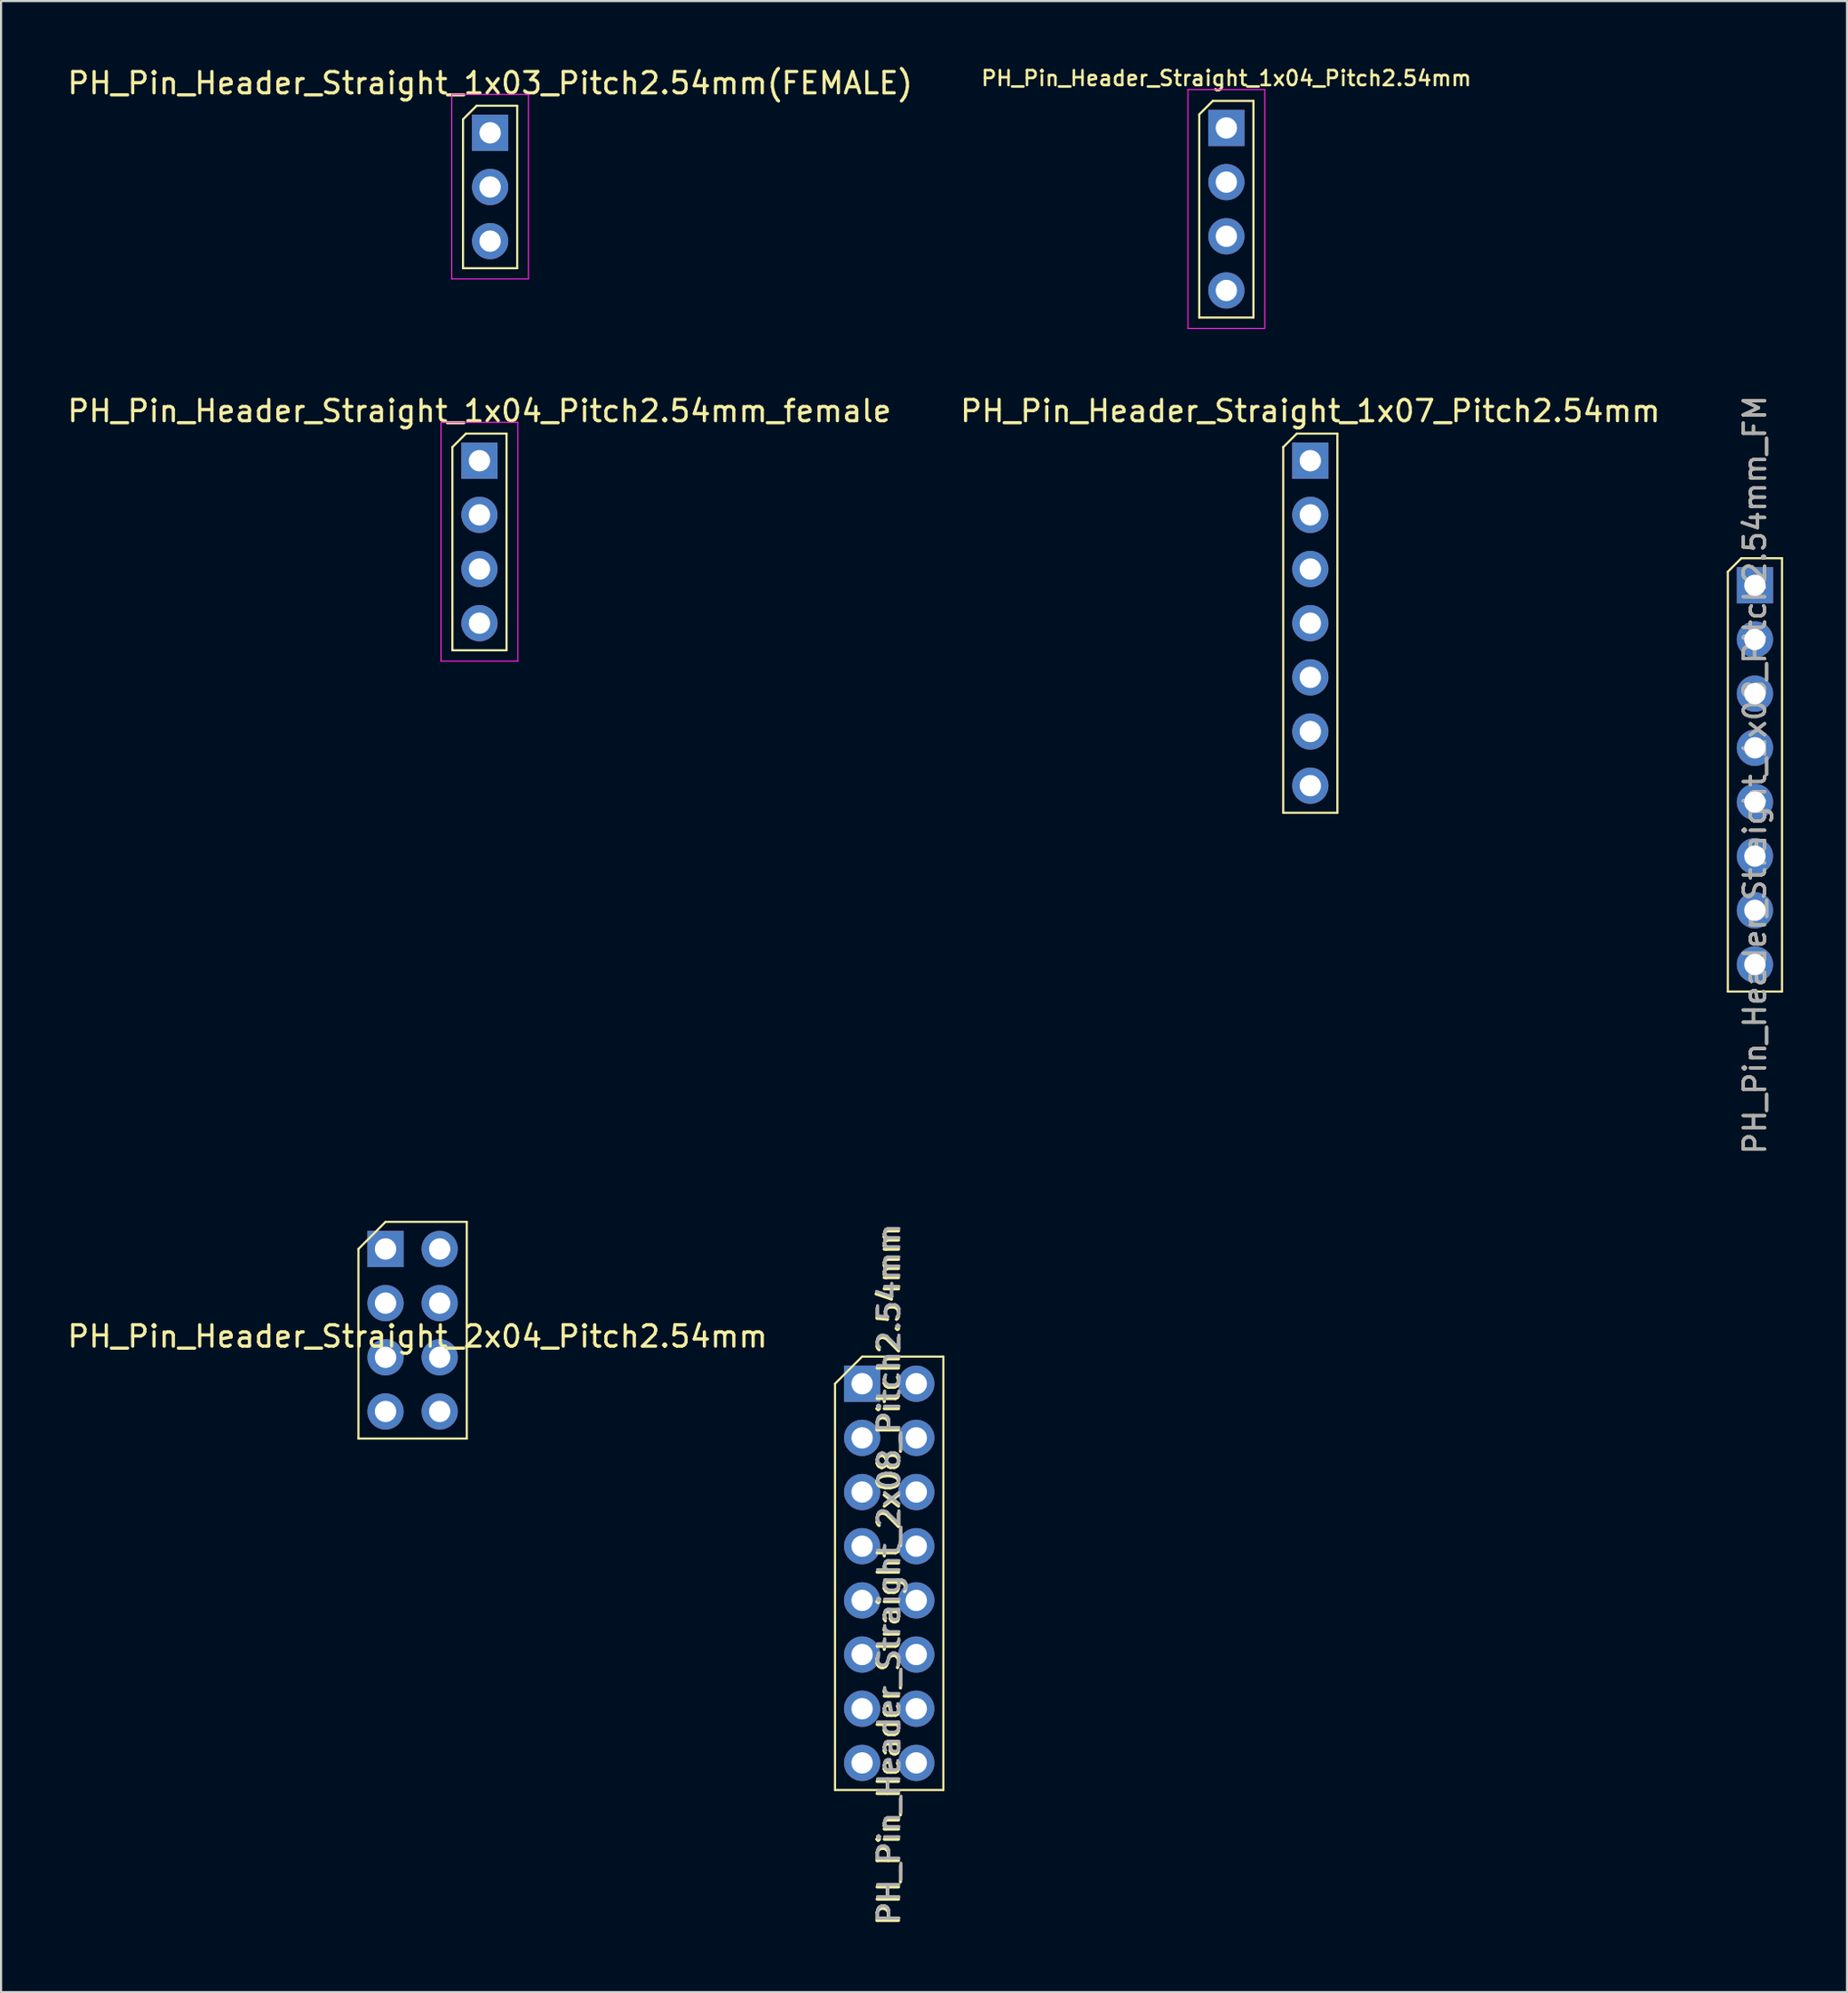
<source format=kicad_pcb>
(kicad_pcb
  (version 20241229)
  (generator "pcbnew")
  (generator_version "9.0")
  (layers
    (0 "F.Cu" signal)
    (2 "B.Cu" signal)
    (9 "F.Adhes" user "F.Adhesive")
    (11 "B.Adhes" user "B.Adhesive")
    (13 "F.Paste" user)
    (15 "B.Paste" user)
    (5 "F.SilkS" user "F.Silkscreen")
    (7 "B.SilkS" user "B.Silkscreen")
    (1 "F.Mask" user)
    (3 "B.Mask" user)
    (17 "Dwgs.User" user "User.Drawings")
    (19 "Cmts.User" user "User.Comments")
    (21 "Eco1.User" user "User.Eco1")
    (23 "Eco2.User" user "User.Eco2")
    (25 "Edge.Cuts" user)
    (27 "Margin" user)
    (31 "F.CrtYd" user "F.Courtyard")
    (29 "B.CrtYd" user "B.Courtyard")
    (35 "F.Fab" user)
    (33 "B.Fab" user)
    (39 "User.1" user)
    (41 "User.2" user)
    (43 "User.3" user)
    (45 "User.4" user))
  (footprint "PH_Pin_Header_Straight_1x08_Pitch2.54mm_FM"
    (layer "F.Cu")
    (at 79.249 24.396)
    (property "Reference" "PH_Pin_Header_Straight_1x08_Pitch2.54mm_FM" (at 0 8.89 90) (layer "F.SilkS") (effects (font (size 1 1) (thickness 0.15))))
    (attr through_hole)
    (fp_line (start -1.27 -0.635) (end -0.635 -1.27) (stroke (width 0.1) (type solid)) (layer "F.SilkS"))
    (fp_line (start -1.27 19.05) (end -1.27 -0.635) (stroke (width 0.1) (type solid)) (layer "F.SilkS"))
    (fp_line (start -0.635 -1.27) (end 1.27 -1.27) (stroke (width 0.1) (type solid)) (layer "F.SilkS"))
    (fp_line (start 1.27 -1.27) (end 1.27 19.05) (stroke (width 0.1) (type solid)) (layer "F.SilkS"))
    (fp_line (start 1.27 19.05) (end -1.27 19.05) (stroke (width 0.1) (type solid)) (layer "F.SilkS"))
    (fp_text user "${REFERENCE}" (at 0 8.89 90) (layer "F.Fab") (effects (font (size 1 1) (thickness 0.15))))
    (pad "1" thru_hole rect (at 0 0) (size 1.7 1.7) (drill 1) (layers "*.Cu" "*.Mask"))
    (pad "2" thru_hole oval (at 0 2.54) (size 1.7 1.7) (drill 1) (layers "*.Cu" "*.Mask"))
    (pad "3" thru_hole oval (at 0 5.08) (size 1.7 1.7) (drill 1) (layers "*.Cu" "*.Mask"))
    (pad "4" thru_hole oval (at 0 7.62) (size 1.7 1.7) (drill 1) (layers "*.Cu" "*.Mask"))
    (pad "5" thru_hole oval (at 0 10.16) (size 1.7 1.7) (drill 1) (layers "*.Cu" "*.Mask"))
    (pad "6" thru_hole oval (at 0 12.7) (size 1.7 1.7) (drill 1) (layers "*.Cu" "*.Mask"))
    (pad "7" thru_hole oval (at 0 15.24) (size 1.7 1.7) (drill 1) (layers "*.Cu" "*.Mask"))
    (pad "8" thru_hole oval (at 0 17.78) (size 1.7 1.7) (drill 1) (layers "*.Cu" "*.Mask")))
  (footprint "PH_Pin_Header_Straight_1x04_Pitch2.54mm"
    (layer "F.Cu")
    (at 54.462 2.95)
    (property "Reference" "PH_Pin_Header_Straight_1x04_Pitch2.54mm" (at 0 -2.33 0) (layer "F.SilkS") (effects (font (size 0.7 0.7) (thickness 0.12))))
    (attr through_hole)
    (fp_line (start -1.27 -0.635) (end -0.635 -1.27) (stroke (width 0.1) (type solid)) (layer "F.SilkS"))
    (fp_line (start -1.27 8.89) (end -1.27 -0.635) (stroke (width 0.1) (type solid)) (layer "F.SilkS"))
    (fp_line (start -0.635 -1.27) (end 1.27 -1.27) (stroke (width 0.1) (type solid)) (layer "F.SilkS"))
    (fp_line (start 1.27 -1.27) (end 1.27 8.89) (stroke (width 0.1) (type solid)) (layer "F.SilkS"))
    (fp_line (start 1.27 8.89) (end -1.27 8.89) (stroke (width 0.1) (type solid)) (layer "F.SilkS"))
    (fp_line (start -1.8 -1.8) (end -1.8 9.4) (stroke (width 0.05) (type solid)) (layer "F.CrtYd"))
    (fp_line (start -1.8 9.4) (end 1.8 9.4) (stroke (width 0.05) (type solid)) (layer "F.CrtYd"))
    (fp_line (start 1.8 -1.8) (end -1.8 -1.8) (stroke (width 0.05) (type solid)) (layer "F.CrtYd"))
    (fp_line (start 1.8 9.4) (end 1.8 -1.8) (stroke (width 0.05) (type solid)) (layer "F.CrtYd"))
    (pad "1" thru_hole rect (at 0 0) (size 1.7 1.7) (drill 1) (layers "*.Cu" "*.Mask"))
    (pad "2" thru_hole oval (at 0 2.54) (size 1.7 1.7) (drill 1) (layers "*.Cu" "*.Mask"))
    (pad "3" thru_hole oval (at 0 5.08) (size 1.7 1.7) (drill 1) (layers "*.Cu" "*.Mask"))
    (pad "4" thru_hole oval (at 0 7.62) (size 1.7 1.7) (drill 1) (layers "*.Cu" "*.Mask")))
  (footprint "PH_Pin_Header_Straight_1x07_Pitch2.54mm"
    (layer "F.Cu")
    (at 58.399 18.553)
    (property "Reference" "PH_Pin_Header_Straight_1x07_Pitch2.54mm" (at 0 -2.33 0) (layer "F.SilkS") (effects (font (size 1 1) (thickness 0.15))))
    (attr through_hole)
    (fp_line (start -1.27 -0.635) (end -0.635 -1.27) (stroke (width 0.1) (type solid)) (layer "F.SilkS"))
    (fp_line (start -1.27 16.51) (end -1.27 -0.635) (stroke (width 0.1) (type solid)) (layer "F.SilkS"))
    (fp_line (start -0.635 -1.27) (end 1.27 -1.27) (stroke (width 0.1) (type solid)) (layer "F.SilkS"))
    (fp_line (start 1.27 -1.27) (end 1.27 16.51) (stroke (width 0.1) (type solid)) (layer "F.SilkS"))
    (fp_line (start 1.27 16.51) (end -1.27 16.51) (stroke (width 0.1) (type solid)) (layer "F.SilkS"))
    (pad "1" thru_hole rect (at 0 0) (size 1.7 1.7) (drill 1) (layers "*.Cu" "*.Mask"))
    (pad "2" thru_hole oval (at 0 2.54) (size 1.7 1.7) (drill 1) (layers "*.Cu" "*.Mask"))
    (pad "3" thru_hole oval (at 0 5.08) (size 1.7 1.7) (drill 1) (layers "*.Cu" "*.Mask"))
    (pad "4" thru_hole oval (at 0 7.62) (size 1.7 1.7) (drill 1) (layers "*.Cu" "*.Mask"))
    (pad "5" thru_hole oval (at 0 10.16) (size 1.7 1.7) (drill 1) (layers "*.Cu" "*.Mask"))
    (pad "6" thru_hole oval (at 0 12.7) (size 1.7 1.7) (drill 1) (layers "*.Cu" "*.Mask"))
    (pad "7" thru_hole oval (at 0 15.24) (size 1.7 1.7) (drill 1) (layers "*.Cu" "*.Mask")))
  (footprint "PH_Pin_Header_Straight_2x04_Pitch2.54mm"
    (layer "F.Cu")
    (at 15.03 55.517)
    (property "Reference" "PH_Pin_Header_Straight_2x04_Pitch2.54mm" (at 1.5 4.1 0) (layer "F.SilkS") (effects (font (size 1 1) (thickness 0.15))))
    (attr through_hole)
    (fp_line (start -1.27 0) (end 0 -1.27) (stroke (width 0.1) (type solid)) (layer "F.SilkS"))
    (fp_line (start -1.27 8.89) (end -1.27 0) (stroke (width 0.1) (type solid)) (layer "F.SilkS"))
    (fp_line (start 0 -1.27) (end 3.81 -1.27) (stroke (width 0.1) (type solid)) (layer "F.SilkS"))
    (fp_line (start 3.81 -1.27) (end 3.81 8.89) (stroke (width 0.1) (type solid)) (layer "F.SilkS"))
    (fp_line (start 3.81 8.89) (end -1.27 8.89) (stroke (width 0.1) (type solid)) (layer "F.SilkS"))
    (pad "1" thru_hole rect (at 0 0) (size 1.7 1.7) (drill 1) (layers "*.Cu" "*.Mask"))
    (pad "2" thru_hole oval (at 2.54 0) (size 1.7 1.7) (drill 1) (layers "*.Cu" "*.Mask"))
    (pad "3" thru_hole oval (at 0 2.54) (size 1.7 1.7) (drill 1) (layers "*.Cu" "*.Mask"))
    (pad "4" thru_hole oval (at 2.54 2.54) (size 1.7 1.7) (drill 1) (layers "*.Cu" "*.Mask"))
    (pad "5" thru_hole oval (at 0 5.08) (size 1.7 1.7) (drill 1) (layers "*.Cu" "*.Mask"))
    (pad "6" thru_hole oval (at 2.54 5.08) (size 1.7 1.7) (drill 1) (layers "*.Cu" "*.Mask"))
    (pad "7" thru_hole oval (at 0 7.62) (size 1.7 1.7) (drill 1) (layers "*.Cu" "*.Mask"))
    (pad "8" thru_hole oval (at 2.54 7.62) (size 1.7 1.7) (drill 1) (layers "*.Cu" "*.Mask")))
  (footprint "PH_Pin_Header_Straight_2x08_Pitch2.54mm"
    (layer "F.Cu")
    (at 37.38 61.836)
    (property "Reference" "PH_Pin_Header_Straight_2x08_Pitch2.54mm" (at 1.25 9 90) (layer "F.SilkS") (effects (font (size 1 1) (thickness 0.15))))
    (attr through_hole)
    (fp_line (start -1.27 0) (end 0 -1.27) (stroke (width 0.1) (type solid)) (layer "F.SilkS"))
    (fp_line (start -1.27 19.05) (end -1.27 0) (stroke (width 0.1) (type solid)) (layer "F.SilkS"))
    (fp_line (start 0 -1.27) (end 3.81 -1.27) (stroke (width 0.1) (type solid)) (layer "F.SilkS"))
    (fp_line (start 3.81 -1.27) (end 3.81 19.05) (stroke (width 0.1) (type solid)) (layer "F.SilkS"))
    (fp_line (start 3.81 19.05) (end -1.27 19.05) (stroke (width 0.1) (type solid)) (layer "F.SilkS"))
    (fp_text user "${REFERENCE}" (at 1.27 8.89 90) (layer "F.Fab") (effects (font (size 1 1) (thickness 0.15))))
    (pad "1" thru_hole rect (at 0 0) (size 1.7 1.7) (drill 1) (layers "*.Cu" "*.Mask"))
    (pad "2" thru_hole oval (at 2.54 0) (size 1.7 1.7) (drill 1) (layers "*.Cu" "*.Mask"))
    (pad "3" thru_hole oval (at 0 2.54) (size 1.7 1.7) (drill 1) (layers "*.Cu" "*.Mask"))
    (pad "4" thru_hole oval (at 2.54 2.54) (size 1.7 1.7) (drill 1) (layers "*.Cu" "*.Mask"))
    (pad "5" thru_hole oval (at 0 5.08) (size 1.7 1.7) (drill 1) (layers "*.Cu" "*.Mask"))
    (pad "6" thru_hole oval (at 2.54 5.08) (size 1.7 1.7) (drill 1) (layers "*.Cu" "*.Mask"))
    (pad "7" thru_hole oval (at 0 7.62) (size 1.7 1.7) (drill 1) (layers "*.Cu" "*.Mask"))
    (pad "8" thru_hole oval (at 2.54 7.62) (size 1.7 1.7) (drill 1) (layers "*.Cu" "*.Mask"))
    (pad "9" thru_hole oval (at 0 10.16) (size 1.7 1.7) (drill 1) (layers "*.Cu" "*.Mask"))
    (pad "10" thru_hole oval (at 2.54 10.16) (size 1.7 1.7) (drill 1) (layers "*.Cu" "*.Mask"))
    (pad "11" thru_hole oval (at 0 12.7) (size 1.7 1.7) (drill 1) (layers "*.Cu" "*.Mask"))
    (pad "12" thru_hole oval (at 2.54 12.7) (size 1.7 1.7) (drill 1) (layers "*.Cu" "*.Mask"))
    (pad "13" thru_hole oval (at 0 15.24) (size 1.7 1.7) (drill 1) (layers "*.Cu" "*.Mask"))
    (pad "14" thru_hole oval (at 2.54 15.24) (size 1.7 1.7) (drill 1) (layers "*.Cu" "*.Mask"))
    (pad "15" thru_hole oval (at 0 17.78) (size 1.7 1.7) (drill 1) (layers "*.Cu" "*.Mask"))
    (pad "16" thru_hole oval (at 2.54 17.78) (size 1.7 1.7) (drill 1) (layers "*.Cu" "*.Mask")))
  (footprint "PH_Pin_Header_Straight_1x04_Pitch2.54mm_female"
    (layer "F.Cu")
    (at 19.435 18.553)
    (property "Reference" "PH_Pin_Header_Straight_1x04_Pitch2.54mm_female" (at 0 -2.33 0) (layer "F.SilkS") (effects (font (size 1 1) (thickness 0.15))))
    (attr through_hole)
    (fp_line (start -1.27 -0.635) (end -0.635 -1.27) (stroke (width 0.1) (type solid)) (layer "F.SilkS"))
    (fp_line (start -1.27 8.89) (end -1.27 -0.635) (stroke (width 0.1) (type solid)) (layer "F.SilkS"))
    (fp_line (start -0.635 -1.27) (end 1.27 -1.27) (stroke (width 0.1) (type solid)) (layer "F.SilkS"))
    (fp_line (start 1.27 -1.27) (end 1.27 8.89) (stroke (width 0.1) (type solid)) (layer "F.SilkS"))
    (fp_line (start 1.27 8.89) (end -1.27 8.89) (stroke (width 0.1) (type solid)) (layer "F.SilkS"))
    (fp_line (start -1.8 -1.8) (end -1.8 9.4) (stroke (width 0.05) (type solid)) (layer "F.CrtYd"))
    (fp_line (start -1.8 9.4) (end 1.8 9.4) (stroke (width 0.05) (type solid)) (layer "F.CrtYd"))
    (fp_line (start 1.8 -1.8) (end -1.8 -1.8) (stroke (width 0.05) (type solid)) (layer "F.CrtYd"))
    (fp_line (start 1.8 9.4) (end 1.8 -1.8) (stroke (width 0.05) (type solid)) (layer "F.CrtYd"))
    (pad "1" thru_hole rect (at 0 0) (size 1.7 1.7) (drill 1) (layers "*.Cu" "*.Mask"))
    (pad "2" thru_hole oval (at 0 2.54) (size 1.7 1.7) (drill 1) (layers "*.Cu" "*.Mask"))
    (pad "3" thru_hole oval (at 0 5.08) (size 1.7 1.7) (drill 1) (layers "*.Cu" "*.Mask"))
    (pad "4" thru_hole oval (at 0 7.62) (size 1.7 1.7) (drill 1) (layers "*.Cu" "*.Mask")))
  (footprint "PH_Pin_Header_Straight_1x03_Pitch2.54mm(FEMALE)"
    (layer "F.Cu")
    (at 19.935 3.178)
    (property "Reference" "PH_Pin_Header_Straight_1x03_Pitch2.54mm(FEMALE)" (at 0 -2.33 0) (layer "F.SilkS") (effects (font (size 1 1) (thickness 0.15))))
    (attr through_hole)
    (fp_line (start -1.27 -0.635) (end -0.635 -1.27) (stroke (width 0.1) (type solid)) (layer "F.SilkS"))
    (fp_line (start -1.27 6.35) (end -1.27 -0.635) (stroke (width 0.1) (type solid)) (layer "F.SilkS"))
    (fp_line (start -0.635 -1.27) (end 1.27 -1.27) (stroke (width 0.1) (type solid)) (layer "F.SilkS"))
    (fp_line (start 1.27 -1.27) (end 1.27 6.35) (stroke (width 0.1) (type solid)) (layer "F.SilkS"))
    (fp_line (start 1.27 6.35) (end -1.27 6.35) (stroke (width 0.1) (type solid)) (layer "F.SilkS"))
    (fp_line (start -1.8 -1.8) (end -1.8 6.85) (stroke (width 0.05) (type solid)) (layer "F.CrtYd"))
    (fp_line (start -1.8 6.85) (end 1.8 6.85) (stroke (width 0.05) (type solid)) (layer "F.CrtYd"))
    (fp_line (start 1.8 -1.8) (end -1.8 -1.8) (stroke (width 0.05) (type solid)) (layer "F.CrtYd"))
    (fp_line (start 1.8 6.85) (end 1.8 -1.8) (stroke (width 0.05) (type solid)) (layer "F.CrtYd"))
    (pad "1" thru_hole rect (at 0 0) (size 1.7 1.7) (drill 1) (layers "*.Cu" "*.Mask"))
    (pad "2" thru_hole oval (at 0 2.54) (size 1.7 1.7) (drill 1) (layers "*.Cu" "*.Mask"))
    (pad "3" thru_hole oval (at 0 5.08) (size 1.7 1.7) (drill 1) (layers "*.Cu" "*.Mask")))
  (gr_rect
    (start -3 -3)
    (end 83.569 90.366)
    (stroke (width 0.1) (type default))
    (fill no)
    (layer "Edge.Cuts")))
</source>
